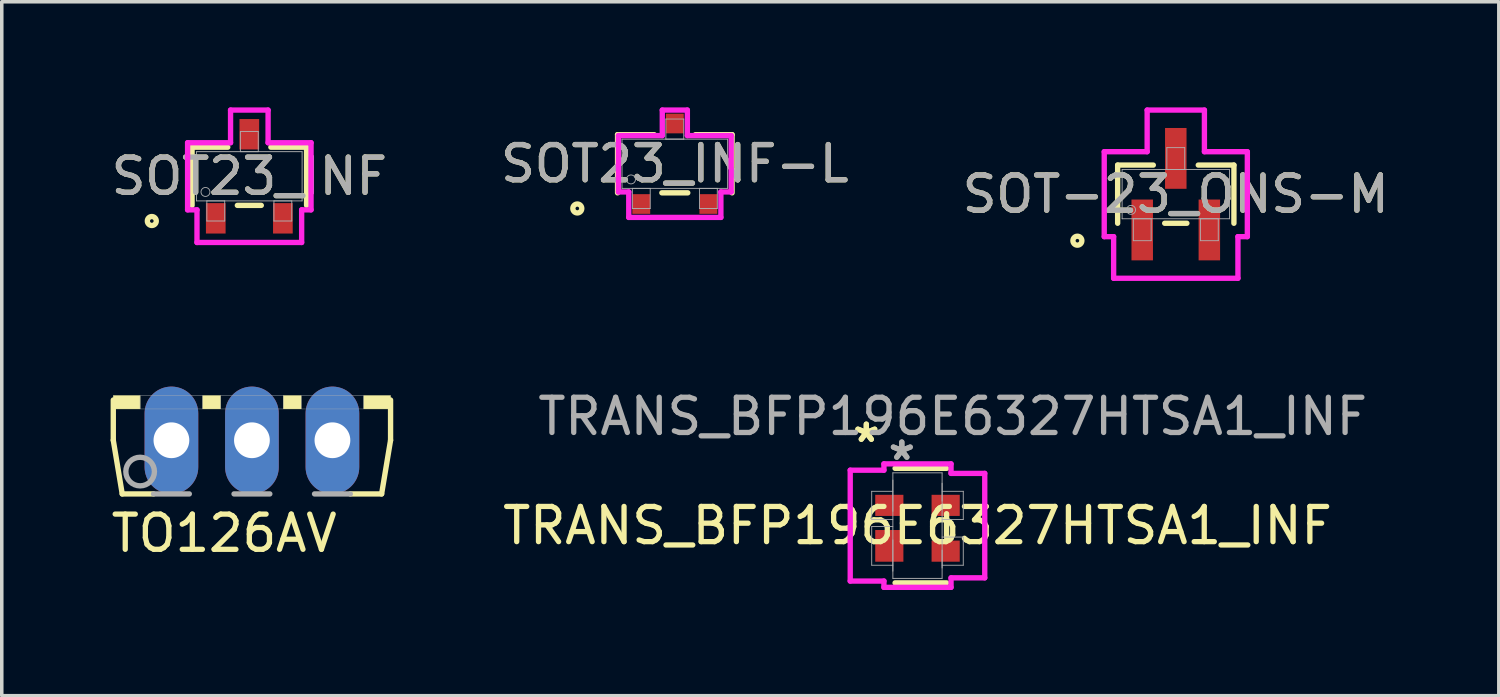
<source format=kicad_pcb>
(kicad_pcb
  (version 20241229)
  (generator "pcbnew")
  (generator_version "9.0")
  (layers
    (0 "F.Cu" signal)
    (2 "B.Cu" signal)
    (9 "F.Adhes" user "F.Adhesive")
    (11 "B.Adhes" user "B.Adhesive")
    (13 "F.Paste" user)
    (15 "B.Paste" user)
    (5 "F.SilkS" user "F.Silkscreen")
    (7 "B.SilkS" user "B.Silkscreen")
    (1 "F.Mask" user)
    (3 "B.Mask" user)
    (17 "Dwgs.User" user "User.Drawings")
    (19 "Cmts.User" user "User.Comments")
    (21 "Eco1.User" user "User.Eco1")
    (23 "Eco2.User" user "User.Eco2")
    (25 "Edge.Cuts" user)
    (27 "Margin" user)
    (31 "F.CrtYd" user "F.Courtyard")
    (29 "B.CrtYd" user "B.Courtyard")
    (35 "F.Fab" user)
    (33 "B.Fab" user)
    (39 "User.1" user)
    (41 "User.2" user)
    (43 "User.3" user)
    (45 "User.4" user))
  (footprint "SOT23_INF-L"
    (layer "F.Cu")
    (at 16.113 1.6)
    (property "Reference" "SOT23_INF-L" (at 0 0 0) (unlocked yes) (layer "F.SilkS") (effects (font (size 1 1) (thickness 0.15))))
    (attr smd)
    (fp_line (start -1.626 -0.826) (end -1.626 0.826) (stroke (width 0.152) (type solid)) (layer "F.SilkS"))
    (fp_line (start -0.585 -0.826) (end -1.626 -0.826) (stroke (width 0.152) (type solid)) (layer "F.SilkS"))
    (fp_line (start -0.368 0.826) (end 0.368 0.826) (stroke (width 0.152) (type solid)) (layer "F.SilkS"))
    (fp_line (start 1.626 -0.826) (end 0.585 -0.826) (stroke (width 0.152) (type solid)) (layer "F.SilkS"))
    (fp_line (start 1.626 0.826) (end 1.626 -0.826) (stroke (width 0.152) (type solid)) (layer "F.SilkS"))
    (fp_circle (center -2.769 1.27) (end -2.642 1.27) (stroke (width 0.152) (type solid)) (fill no) (layer "F.SilkS"))
    (fp_line (start -1.6 -0.8) (end -0.356 -0.8) (stroke (width 0.152) (type solid)) (layer "F.CrtYd"))
    (fp_line (start -1.6 0.8) (end -1.6 -0.8) (stroke (width 0.152) (type solid)) (layer "F.CrtYd"))
    (fp_line (start -1.6 0.8) (end -1.308 0.8) (stroke (width 0.152) (type solid)) (layer "F.CrtYd"))
    (fp_line (start -1.308 0.8) (end -1.308 1.524) (stroke (width 0.152) (type solid)) (layer "F.CrtYd"))
    (fp_line (start -1.308 1.524) (end 1.308 1.524) (stroke (width 0.152) (type solid)) (layer "F.CrtYd"))
    (fp_line (start -0.356 -1.524) (end 0.356 -1.524) (stroke (width 0.152) (type solid)) (layer "F.CrtYd"))
    (fp_line (start -0.356 -0.8) (end -0.356 -1.524) (stroke (width 0.152) (type solid)) (layer "F.CrtYd"))
    (fp_line (start 0.356 -0.8) (end 0.356 -1.524) (stroke (width 0.152) (type solid)) (layer "F.CrtYd"))
    (fp_line (start 1.308 0.8) (end 1.308 1.524) (stroke (width 0.152) (type solid)) (layer "F.CrtYd"))
    (fp_line (start 1.6 -0.8) (end 0.356 -0.8) (stroke (width 0.152) (type solid)) (layer "F.CrtYd"))
    (fp_line (start 1.6 -0.8) (end 1.6 0.8) (stroke (width 0.152) (type solid)) (layer "F.CrtYd"))
    (fp_line (start 1.6 0.8) (end 1.308 0.8) (stroke (width 0.152) (type solid)) (layer "F.CrtYd"))
    (fp_line (start -1.499 -0.699) (end -1.499 0.699) (stroke (width 0.025) (type solid)) (layer "F.Fab"))
    (fp_line (start -1.499 0.699) (end 1.499 0.699) (stroke (width 0.025) (type solid)) (layer "F.Fab"))
    (fp_line (start -1.206 0.699) (end -1.206 1.27) (stroke (width 0.025) (type solid)) (layer "F.Fab"))
    (fp_line (start -1.206 1.27) (end -0.699 1.27) (stroke (width 0.025) (type solid)) (layer "F.Fab"))
    (fp_line (start -0.699 0.699) (end -1.206 0.699) (stroke (width 0.025) (type solid)) (layer "F.Fab"))
    (fp_line (start -0.699 1.27) (end -0.699 0.699) (stroke (width 0.025) (type solid)) (layer "F.Fab"))
    (fp_line (start -0.254 -1.27) (end -0.254 -0.699) (stroke (width 0.025) (type solid)) (layer "F.Fab"))
    (fp_line (start -0.254 -0.699) (end 0.254 -0.699) (stroke (width 0.025) (type solid)) (layer "F.Fab"))
    (fp_line (start 0.254 -1.27) (end -0.254 -1.27) (stroke (width 0.025) (type solid)) (layer "F.Fab"))
    (fp_line (start 0.254 -0.699) (end 0.254 -1.27) (stroke (width 0.025) (type solid)) (layer "F.Fab"))
    (fp_line (start 0.699 0.699) (end 0.699 1.27) (stroke (width 0.025) (type solid)) (layer "F.Fab"))
    (fp_line (start 0.699 1.27) (end 1.206 1.27) (stroke (width 0.025) (type solid)) (layer "F.Fab"))
    (fp_line (start 1.206 0.699) (end 0.699 0.699) (stroke (width 0.025) (type solid)) (layer "F.Fab"))
    (fp_line (start 1.206 1.27) (end 1.206 0.699) (stroke (width 0.025) (type solid)) (layer "F.Fab"))
    (fp_line (start 1.499 -0.699) (end -1.499 -0.699) (stroke (width 0.025) (type solid)) (layer "F.Fab"))
    (fp_line (start 1.499 0.699) (end 1.499 -0.699) (stroke (width 0.025) (type solid)) (layer "F.Fab"))
    (fp_circle (center -1.245 0.445) (end -1.118 0.445) (stroke (width 0.025) (type solid)) (fill no) (layer "F.Fab"))
    (fp_text user "${REFERENCE}" (at 0 0 0) (unlocked yes) (layer "F.Fab") (effects (font (size 1 1) (thickness 0.15))))
    (pad "1" smd rect (at -0.953 1.143) (size 0.508 0.559) (layers "F.Cu" "F.Mask" "F.Paste"))
    (pad "2" smd rect (at 0.953 1.143) (size 0.508 0.559) (layers "F.Cu" "F.Mask" "F.Paste"))
    (pad "3" smd rect (at 0 -1.143) (size 0.508 0.559) (layers "F.Cu" "F.Mask" "F.Paste")))
  (footprint "SOT23_INF"
    (layer "F.Cu")
    (at 4.03 1.956)
    (property "Reference" "SOT23_INF" (at 0 0 0) (unlocked yes) (layer "F.SilkS") (effects (font (size 1 1) (thickness 0.15))))
    (attr smd)
    (fp_line (start -1.626 -0.826) (end -1.626 0.826) (stroke (width 0.152) (type solid)) (layer "F.SilkS"))
    (fp_line (start -0.612 -0.826) (end -1.626 -0.826) (stroke (width 0.152) (type solid)) (layer "F.SilkS"))
    (fp_line (start -0.34 0.826) (end 0.34 0.826) (stroke (width 0.152) (type solid)) (layer "F.SilkS"))
    (fp_line (start 1.626 -0.826) (end 0.612 -0.826) (stroke (width 0.152) (type solid)) (layer "F.SilkS"))
    (fp_line (start 1.626 0.826) (end 1.626 -0.826) (stroke (width 0.152) (type solid)) (layer "F.SilkS"))
    (fp_circle (center -2.769 1.27) (end -2.642 1.27) (stroke (width 0.152) (type solid)) (fill no) (layer "F.SilkS"))
    (fp_line (start -1.753 -0.953) (end -0.533 -0.953) (stroke (width 0.152) (type solid)) (layer "F.CrtYd"))
    (fp_line (start -1.753 0.953) (end -1.753 -0.953) (stroke (width 0.152) (type solid)) (layer "F.CrtYd"))
    (fp_line (start -1.753 0.953) (end -1.486 0.953) (stroke (width 0.152) (type solid)) (layer "F.CrtYd"))
    (fp_line (start -1.486 0.953) (end -1.486 1.88) (stroke (width 0.152) (type solid)) (layer "F.CrtYd"))
    (fp_line (start -1.486 1.88) (end 1.486 1.88) (stroke (width 0.152) (type solid)) (layer "F.CrtYd"))
    (fp_line (start -0.533 -1.88) (end 0.533 -1.88) (stroke (width 0.152) (type solid)) (layer "F.CrtYd"))
    (fp_line (start -0.533 -0.953) (end -0.533 -1.88) (stroke (width 0.152) (type solid)) (layer "F.CrtYd"))
    (fp_line (start 0.533 -0.953) (end 0.533 -1.88) (stroke (width 0.152) (type solid)) (layer "F.CrtYd"))
    (fp_line (start 1.486 0.953) (end 1.486 1.88) (stroke (width 0.152) (type solid)) (layer "F.CrtYd"))
    (fp_line (start 1.753 -0.953) (end 0.533 -0.953) (stroke (width 0.152) (type solid)) (layer "F.CrtYd"))
    (fp_line (start 1.753 -0.953) (end 1.753 0.953) (stroke (width 0.152) (type solid)) (layer "F.CrtYd"))
    (fp_line (start 1.753 0.953) (end 1.486 0.953) (stroke (width 0.152) (type solid)) (layer "F.CrtYd"))
    (fp_line (start -1.499 -0.699) (end -1.499 0.699) (stroke (width 0.025) (type solid)) (layer "F.Fab"))
    (fp_line (start -1.499 0.699) (end 1.499 0.699) (stroke (width 0.025) (type solid)) (layer "F.Fab"))
    (fp_line (start -1.206 0.699) (end -1.206 1.27) (stroke (width 0.025) (type solid)) (layer "F.Fab"))
    (fp_line (start -1.206 1.27) (end -0.699 1.27) (stroke (width 0.025) (type solid)) (layer "F.Fab"))
    (fp_line (start -0.699 0.699) (end -1.206 0.699) (stroke (width 0.025) (type solid)) (layer "F.Fab"))
    (fp_line (start -0.699 1.27) (end -0.699 0.699) (stroke (width 0.025) (type solid)) (layer "F.Fab"))
    (fp_line (start -0.254 -1.27) (end -0.254 -0.699) (stroke (width 0.025) (type solid)) (layer "F.Fab"))
    (fp_line (start -0.254 -0.699) (end 0.254 -0.699) (stroke (width 0.025) (type solid)) (layer "F.Fab"))
    (fp_line (start 0.254 -1.27) (end -0.254 -1.27) (stroke (width 0.025) (type solid)) (layer "F.Fab"))
    (fp_line (start 0.254 -0.699) (end 0.254 -1.27) (stroke (width 0.025) (type solid)) (layer "F.Fab"))
    (fp_line (start 0.699 0.699) (end 0.699 1.27) (stroke (width 0.025) (type solid)) (layer "F.Fab"))
    (fp_line (start 0.699 1.27) (end 1.206 1.27) (stroke (width 0.025) (type solid)) (layer "F.Fab"))
    (fp_line (start 1.206 0.699) (end 0.699 0.699) (stroke (width 0.025) (type solid)) (layer "F.Fab"))
    (fp_line (start 1.206 1.27) (end 1.206 0.699) (stroke (width 0.025) (type solid)) (layer "F.Fab"))
    (fp_line (start 1.499 -0.699) (end -1.499 -0.699) (stroke (width 0.025) (type solid)) (layer "F.Fab"))
    (fp_line (start 1.499 0.699) (end 1.499 -0.699) (stroke (width 0.025) (type solid)) (layer "F.Fab"))
    (fp_circle (center -1.245 0.445) (end -1.118 0.445) (stroke (width 0.025) (type solid)) (fill no) (layer "F.Fab"))
    (fp_text user "${REFERENCE}" (at 0 0 0) (unlocked yes) (layer "F.Fab") (effects (font (size 1 1) (thickness 0.15))))
    (pad "1" smd rect (at -0.953 1.194) (size 0.559 0.864) (layers "F.Cu" "F.Mask" "F.Paste"))
    (pad "2" smd rect (at 0.953 1.194) (size 0.559 0.864) (layers "F.Cu" "F.Mask" "F.Paste"))
    (pad "3" smd rect (at 0 -1.194) (size 0.559 0.864) (layers "F.Cu" "F.Mask" "F.Paste")))
  (footprint "TRANS_BFP196E6327HTSA1_INF"
    (layer "F.Cu")
    (at 23.004 11.876)
    (property "Reference" "TRANS_BFP196E6327HTSA1_INF" (at 0 0 0) (unlocked yes) (layer "F.SilkS") (effects (font (size 1 1) (thickness 0.15))))
    (attr smd)
    (fp_line (start -0.636 1.626) (end 0.826 1.626) (stroke (width 0.152) (type solid)) (layer "F.SilkS"))
    (fp_line (start 0.826 -1.626) (end -0.636 -1.626) (stroke (width 0.152) (type solid)) (layer "F.SilkS"))
    (fp_line (start 0.826 0.338) (end 0.826 -0.338) (stroke (width 0.152) (type solid)) (layer "F.SilkS"))
    (fp_line (start -1.91 -1.574) (end -0.953 -1.574) (stroke (width 0.152) (type solid)) (layer "F.CrtYd"))
    (fp_line (start -1.91 1.574) (end -1.91 -1.574) (stroke (width 0.152) (type solid)) (layer "F.CrtYd"))
    (fp_line (start -0.953 -1.753) (end 0.953 -1.753) (stroke (width 0.152) (type solid)) (layer "F.CrtYd"))
    (fp_line (start -0.953 -1.574) (end -0.953 -1.753) (stroke (width 0.152) (type solid)) (layer "F.CrtYd"))
    (fp_line (start -0.953 1.574) (end -1.91 1.574) (stroke (width 0.152) (type solid)) (layer "F.CrtYd"))
    (fp_line (start -0.953 1.753) (end -0.953 1.574) (stroke (width 0.152) (type solid)) (layer "F.CrtYd"))
    (fp_line (start 0.953 -1.753) (end 0.953 -1.483) (stroke (width 0.152) (type solid)) (layer "F.CrtYd"))
    (fp_line (start 0.953 -1.483) (end 1.91 -1.483) (stroke (width 0.152) (type solid)) (layer "F.CrtYd"))
    (fp_line (start 0.953 1.483) (end 0.953 1.753) (stroke (width 0.152) (type solid)) (layer "F.CrtYd"))
    (fp_line (start 0.953 1.753) (end -0.953 1.753) (stroke (width 0.152) (type solid)) (layer "F.CrtYd"))
    (fp_line (start 1.91 -1.483) (end 1.91 1.483) (stroke (width 0.152) (type solid)) (layer "F.CrtYd"))
    (fp_line (start 1.91 1.483) (end 0.953 1.483) (stroke (width 0.152) (type solid)) (layer "F.CrtYd"))
    (fp_line (start -1.3 -0.975) (end -1.3 -0.175) (stroke (width 0.025) (type solid)) (layer "F.Fab"))
    (fp_line (start -1.3 -0.175) (end -0.7 -0.175) (stroke (width 0.025) (type solid)) (layer "F.Fab"))
    (fp_line (start -1.3 0.028) (end -1.3 1.122) (stroke (width 0.025) (type solid)) (layer "F.Fab"))
    (fp_line (start -1.3 1.125) (end -0.7 1.125) (stroke (width 0.025) (type solid)) (layer "F.Fab"))
    (fp_line (start -0.7 -0.975) (end -1.3 -0.975) (stroke (width 0.025) (type solid)) (layer "F.Fab"))
    (fp_line (start -0.7 0.025) (end -1.3 0.025) (stroke (width 0.025) (type solid)) (layer "F.Fab"))
    (fp_line (start -0.699 -1.499) (end -0.699 1.499) (stroke (width 0.025) (type solid)) (layer "F.Fab"))
    (fp_line (start -0.699 -0.406) (end -0.699 -1.294) (stroke (width 0.025) (type solid)) (layer "F.Fab"))
    (fp_line (start -0.699 1.294) (end -0.699 0.406) (stroke (width 0.025) (type solid)) (layer "F.Fab"))
    (fp_line (start -0.699 1.499) (end 0.699 1.499) (stroke (width 0.025) (type solid)) (layer "F.Fab"))
    (fp_line (start 0.699 -1.499) (end -0.699 -1.499) (stroke (width 0.025) (type solid)) (layer "F.Fab"))
    (fp_line (start 0.699 -1.204) (end 0.699 -0.696) (stroke (width 0.025) (type solid)) (layer "F.Fab"))
    (fp_line (start 0.699 0.696) (end 0.699 1.204) (stroke (width 0.025) (type solid)) (layer "F.Fab"))
    (fp_line (start 0.699 1.499) (end 0.699 -1.499) (stroke (width 0.025) (type solid)) (layer "F.Fab"))
    (fp_line (start 0.7 -0.175) (end 1.3 -0.175) (stroke (width 0.025) (type solid)) (layer "F.Fab"))
    (fp_line (start 0.7 1.125) (end 1.3 1.125) (stroke (width 0.025) (type solid)) (layer "F.Fab"))
    (fp_line (start 1.3 -0.975) (end 0.7 -0.975) (stroke (width 0.025) (type solid)) (layer "F.Fab"))
    (fp_line (start 1.3 -0.975) (end 1.3 -0.175) (stroke (width 0.025) (type solid)) (layer "F.Fab"))
    (fp_line (start 1.3 0.325) (end 0.7 0.325) (stroke (width 0.025) (type solid)) (layer "F.Fab"))
    (fp_line (start 1.3 1.125) (end 1.3 0.325) (stroke (width 0.025) (type solid)) (layer "F.Fab"))
    (fp_text user "*" (at -1.453 -2.336 0) (unlocked yes) (layer "F.SilkS") (effects (font (size 1 1) (thickness 0.15))))
    (fp_text user "*" (at -1.453 -2.336 0) (layer "F.SilkS") (effects (font (size 1 1) (thickness 0.15))))
    (fp_text user "*" (at -0.445 -1.828 0) (layer "F.Fab") (effects (font (size 1 1) (thickness 0.15))))
    (fp_text user "${REFERENCE}" (at 1 -3.1 0) (unlocked yes) (layer "F.Fab") (effects (font (size 1 1) (thickness 0.15))))
    (fp_text user "*" (at -0.445 -1.828 0) (unlocked yes) (layer "F.Fab") (effects (font (size 1 1) (thickness 0.15))))
    (pad "1" smd rect (at -0.8 -0.575) (size 0.8 0.6) (layers "F.Cu" "F.Mask" "F.Paste"))
    (pad "2" smd rect (at -0.8 0.575) (size 0.8 0.9) (layers "F.Cu" "F.Mask" "F.Paste"))
    (pad "3" smd rect (at 0.8 0.725) (size 0.8 0.6) (layers "F.Cu" "F.Mask" "F.Paste"))
    (pad "4" smd rect (at 0.8 -0.575) (size 0.8 0.6) (layers "F.Cu" "F.Mask" "F.Paste")))
  (footprint "TO126AV"
    (layer "F.Cu")
    (at 4.104 8.182)
    (property "Reference" "TO126AV" (at -0.788 3.912 0) (layer "F.SilkS") (effects (font (size 1 1) (thickness 0.15))))
    (attr through_hole)
    (fp_line (start -3.937 0.127) (end -3.937 1.27) (stroke (width 0.152) (type solid)) (layer "F.SilkS"))
    (fp_line (start -3.937 1.27) (end -3.683 2.794) (stroke (width 0.152) (type solid)) (layer "F.SilkS"))
    (fp_line (start -3.683 2.794) (end -2.794 2.794) (stroke (width 0.152) (type solid)) (layer "F.SilkS"))
    (fp_line (start 2.794 2.794) (end 3.683 2.794) (stroke (width 0.152) (type solid)) (layer "F.SilkS"))
    (fp_line (start 3.683 2.794) (end 3.937 1.27) (stroke (width 0.152) (type solid)) (layer "F.SilkS"))
    (fp_line (start 3.937 1.27) (end 3.937 0.127) (stroke (width 0.152) (type solid)) (layer "F.SilkS"))
    (fp_poly (pts (xy -3.937 0) (xy -3.175 0) (xy -3.175 0.381) (xy -3.937 0.381)) (stroke (width 0.01) (type solid)) (fill yes) (layer "F.SilkS"))
    (fp_poly (pts (xy -1.398 0) (xy -0.889 0) (xy -0.889 0.381) (xy -1.398 0.381)) (stroke (width 0.01) (type solid)) (fill yes) (layer "F.SilkS"))
    (fp_poly (pts (xy 0.89 0) (xy 1.397 0) (xy 1.397 0.381) (xy 0.89 0.381)) (stroke (width 0.01) (type solid)) (fill yes) (layer "F.SilkS"))
    (fp_poly (pts (xy 3.177 0) (xy 3.937 0) (xy 3.937 0.381) (xy 3.177 0.381)) (stroke (width 0.01) (type solid)) (fill yes) (layer "F.SilkS"))
    (fp_line (start -2.794 2.794) (end -1.778 2.794) (stroke (width 0.152) (type solid)) (layer "F.Fab"))
    (fp_line (start -0.508 2.794) (end 0.508 2.794) (stroke (width 0.152) (type solid)) (layer "F.Fab"))
    (fp_line (start 1.778 2.794) (end 2.794 2.794) (stroke (width 0.152) (type solid)) (layer "F.Fab"))
    (fp_circle (center -3.175 2.159) (end -2.769 2.159) (stroke (width 0.152) (type solid)) (fill no) (layer "F.Fab"))
    (fp_poly (pts (xy -3.179 0) (xy -1.397 0) (xy -1.397 0.381) (xy -3.179 0.381)) (stroke (width 0.01) (type solid)) (fill no) (layer "F.Fab"))
    (fp_poly (pts (xy -0.889 0) (xy 0.889 0) (xy 0.889 0.381) (xy -0.889 0.381)) (stroke (width 0.01) (type solid)) (fill no) (layer "F.Fab"))
    (fp_poly (pts (xy 1.4 0) (xy 3.175 0) (xy 3.175 0.382) (xy 1.4 0.382)) (stroke (width 0.01) (type solid)) (fill no) (layer "F.Fab"))
    (pad "1" thru_hole oval (at -2.286 1.27) (size 1.524 3.048) (drill 1.016) (layers "*.Cu" "*.Mask"))
    (pad "2" thru_hole oval (at 0 1.27) (size 1.524 3.048) (drill 1.016) (layers "*.Cu" "*.Mask"))
    (pad "3" thru_hole oval (at 2.286 1.27) (size 1.524 3.048) (drill 1.016) (layers "*.Cu" "*.Mask")))
  (footprint "SOT-23_ONS-M"
    (layer "F.Cu")
    (at 30.339 2.464)
    (property "Reference" "SOT-23_ONS-M" (at 0 0 0) (unlocked yes) (layer "F.SilkS") (effects (font (size 1 1) (thickness 0.15))))
    (attr smd)
    (fp_line (start -1.651 -0.826) (end -1.651 0.826) (stroke (width 0.152) (type solid)) (layer "F.SilkS"))
    (fp_line (start -0.638 -0.826) (end -1.651 -0.826) (stroke (width 0.152) (type solid)) (layer "F.SilkS"))
    (fp_line (start -0.315 0.826) (end 0.315 0.826) (stroke (width 0.152) (type solid)) (layer "F.SilkS"))
    (fp_line (start 1.651 -0.826) (end 0.638 -0.826) (stroke (width 0.152) (type solid)) (layer "F.SilkS"))
    (fp_line (start 1.651 0.826) (end 1.651 -0.826) (stroke (width 0.152) (type solid)) (layer "F.SilkS"))
    (fp_circle (center -2.794 1.321) (end -2.667 1.321) (stroke (width 0.152) (type solid)) (fill no) (layer "F.SilkS"))
    (fp_line (start -2.032 -1.206) (end -0.813 -1.206) (stroke (width 0.152) (type solid)) (layer "F.CrtYd"))
    (fp_line (start -2.032 1.206) (end -2.032 -1.206) (stroke (width 0.152) (type solid)) (layer "F.CrtYd"))
    (fp_line (start -2.032 1.206) (end -1.765 1.206) (stroke (width 0.152) (type solid)) (layer "F.CrtYd"))
    (fp_line (start -1.765 1.206) (end -1.765 2.388) (stroke (width 0.152) (type solid)) (layer "F.CrtYd"))
    (fp_line (start -1.765 2.388) (end 1.765 2.388) (stroke (width 0.152) (type solid)) (layer "F.CrtYd"))
    (fp_line (start -0.813 -2.388) (end 0.813 -2.388) (stroke (width 0.152) (type solid)) (layer "F.CrtYd"))
    (fp_line (start -0.813 -1.206) (end -0.813 -2.388) (stroke (width 0.152) (type solid)) (layer "F.CrtYd"))
    (fp_line (start 0.813 -1.206) (end 0.813 -2.388) (stroke (width 0.152) (type solid)) (layer "F.CrtYd"))
    (fp_line (start 1.765 1.206) (end 1.765 2.388) (stroke (width 0.152) (type solid)) (layer "F.CrtYd"))
    (fp_line (start 2.032 -1.206) (end 0.813 -1.206) (stroke (width 0.152) (type solid)) (layer "F.CrtYd"))
    (fp_line (start 2.032 -1.206) (end 2.032 1.206) (stroke (width 0.152) (type solid)) (layer "F.CrtYd"))
    (fp_line (start 2.032 1.206) (end 1.765 1.206) (stroke (width 0.152) (type solid)) (layer "F.CrtYd"))
    (fp_line (start -1.524 -0.699) (end -1.524 0.699) (stroke (width 0.025) (type solid)) (layer "F.Fab"))
    (fp_line (start -1.524 0.699) (end 1.524 0.699) (stroke (width 0.025) (type solid)) (layer "F.Fab"))
    (fp_line (start -1.206 0.699) (end -1.206 1.321) (stroke (width 0.025) (type solid)) (layer "F.Fab"))
    (fp_line (start -1.206 1.321) (end -0.699 1.321) (stroke (width 0.025) (type solid)) (layer "F.Fab"))
    (fp_line (start -0.699 0.699) (end -1.206 0.699) (stroke (width 0.025) (type solid)) (layer "F.Fab"))
    (fp_line (start -0.699 1.321) (end -0.699 0.699) (stroke (width 0.025) (type solid)) (layer "F.Fab"))
    (fp_line (start -0.254 -1.321) (end -0.254 -0.699) (stroke (width 0.025) (type solid)) (layer "F.Fab"))
    (fp_line (start -0.254 -0.699) (end 0.254 -0.699) (stroke (width 0.025) (type solid)) (layer "F.Fab"))
    (fp_line (start 0.254 -1.321) (end -0.254 -1.321) (stroke (width 0.025) (type solid)) (layer "F.Fab"))
    (fp_line (start 0.254 -0.699) (end 0.254 -1.321) (stroke (width 0.025) (type solid)) (layer "F.Fab"))
    (fp_line (start 0.699 0.699) (end 0.699 1.321) (stroke (width 0.025) (type solid)) (layer "F.Fab"))
    (fp_line (start 0.699 1.321) (end 1.206 1.321) (stroke (width 0.025) (type solid)) (layer "F.Fab"))
    (fp_line (start 1.206 0.699) (end 0.699 0.699) (stroke (width 0.025) (type solid)) (layer "F.Fab"))
    (fp_line (start 1.206 1.321) (end 1.206 0.699) (stroke (width 0.025) (type solid)) (layer "F.Fab"))
    (fp_line (start 1.524 -0.699) (end -1.524 -0.699) (stroke (width 0.025) (type solid)) (layer "F.Fab"))
    (fp_line (start 1.524 0.699) (end 1.524 -0.699) (stroke (width 0.025) (type solid)) (layer "F.Fab"))
    (fp_circle (center -1.27 0.445) (end -1.143 0.445) (stroke (width 0.025) (type solid)) (fill no) (layer "F.Fab"))
    (fp_text user "${REFERENCE}" (at 0 0 0) (unlocked yes) (layer "F.Fab") (effects (font (size 1 1) (thickness 0.15))))
    (pad "1" smd rect (at -0.953 1.016) (size 0.61 1.727) (layers "F.Cu" "F.Mask" "F.Paste"))
    (pad "2" smd rect (at 0.953 1.016) (size 0.61 1.727) (layers "F.Cu" "F.Mask" "F.Paste"))
    (pad "3" smd rect (at 0 -1.016) (size 0.61 1.727) (layers "F.Cu" "F.Mask" "F.Paste")))
  (gr_rect
    (start -3 -3)
    (end 39.512 16.705)
    (stroke (width 0.1) (type default))
    (fill no)
    (layer "Edge.Cuts")))
</source>
